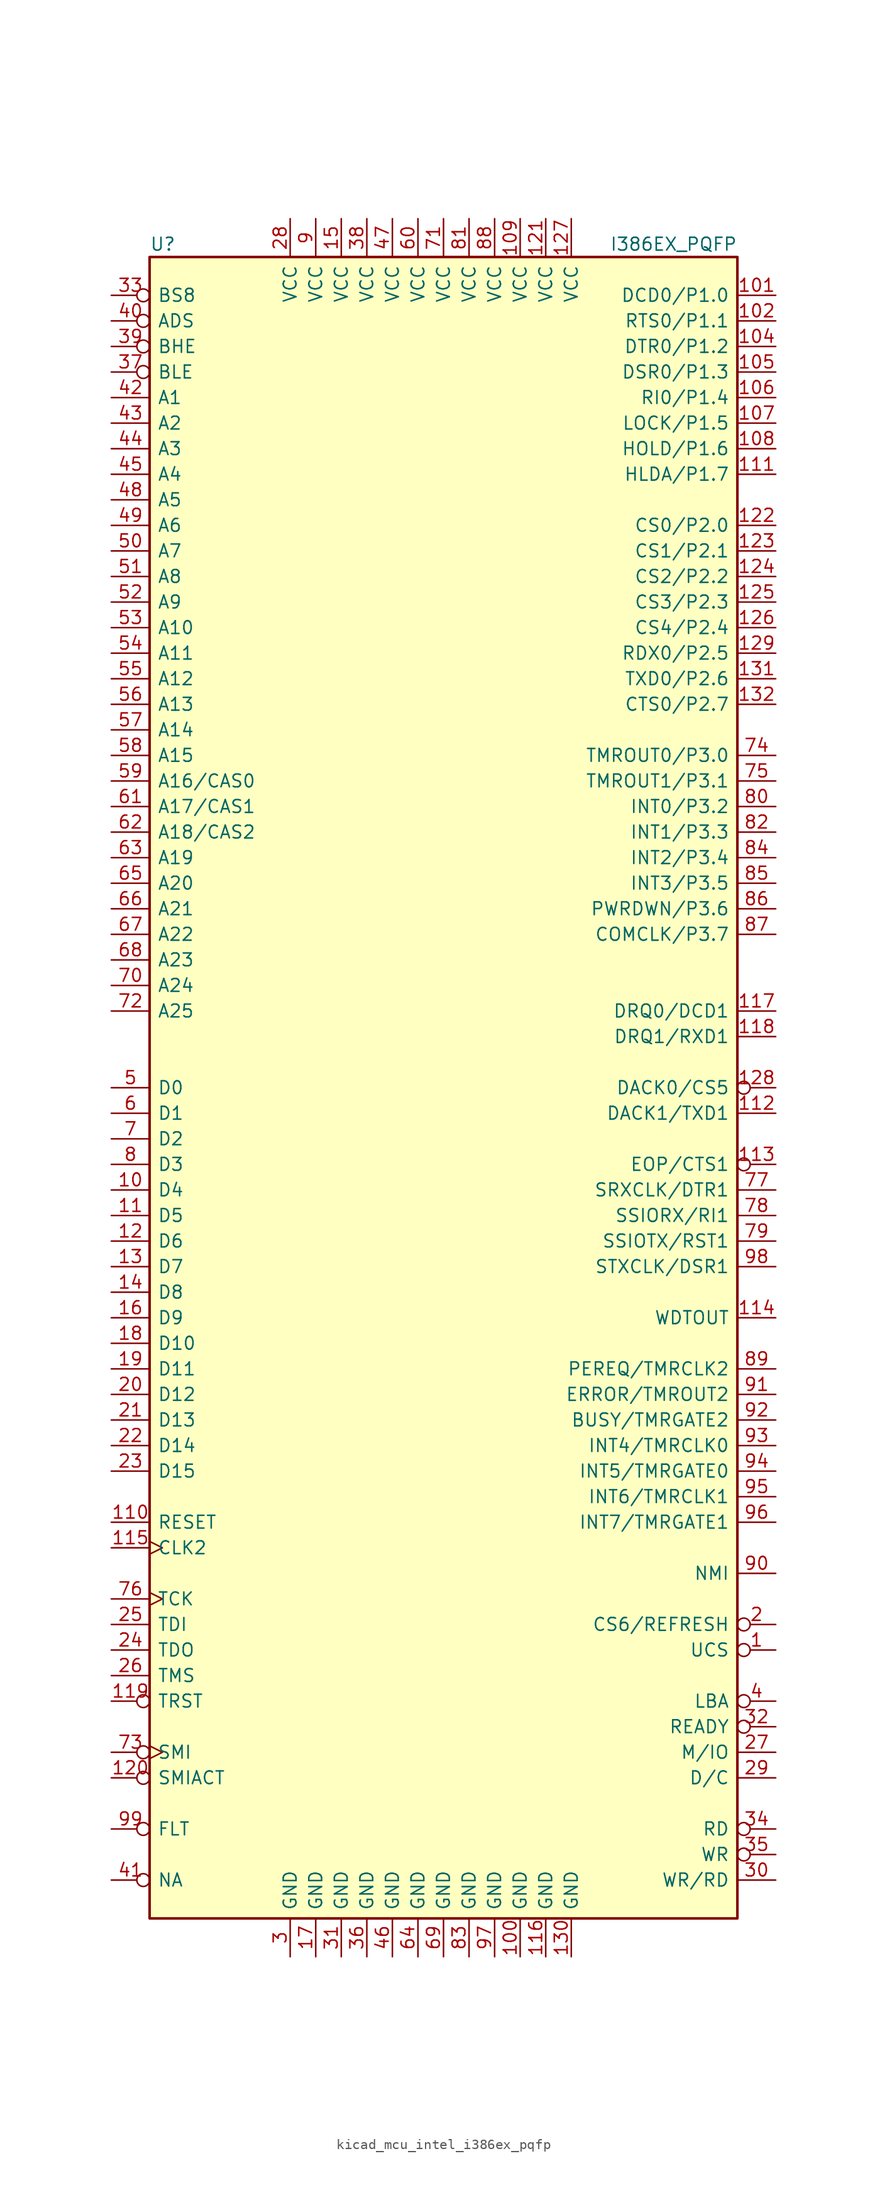
<source format=kicad_sym>
(kicad_symbol_lib
  (version 20220914)
  (generator kicad_symbol_editor)
  (symbol "kicad_mcu_intel_i386ex_pqfp"
    (pin_names
      (offset 0.762))
    (property "Reference" "U"
      (at -29.21 83.82 0)
      (effects (font (size 1.27 1.27)) (justify left)))
    (property "Value" "I386EX_PQFP"
      (at 16.51 83.82 0)
      (effects (font (size 1.27 1.27)) (justify left)))
    (symbol "kicad_mcu_intel_i386ex_pqfp_1_1"
      (rectangle (start -29.21 -82.55) (end 29.21 82.55) (stroke (width 0.254) (type default)) (fill (type background)))
      (pin output inverted (at 33.02 -55.88 180) (length 3.81) (name "UCS" (effects (font (size 1.27 1.27)))) (number "1" (effects (font (size 1.27 1.27)))))
      (pin tri_state line (at -33.02 -10.16 0) (length 3.81) (name "D4" (effects (font (size 1.27 1.27)))) (number "10" (effects (font (size 1.27 1.27)))))
      (pin power_in line (at 7.62 -86.36 90) (length 3.81) (name "GND" (effects (font (size 1.27 1.27)))) (number "100" (effects (font (size 1.27 1.27)))))
      (pin bidirectional line (at 33.02 78.74 180) (length 3.81) (name "DCD0/P1.0" (effects (font (size 1.27 1.27)))) (number "101" (effects (font (size 1.27 1.27)))))
      (pin bidirectional line (at 33.02 76.2 180) (length 3.81) (name "RTS0/P1.1" (effects (font (size 1.27 1.27)))) (number "102" (effects (font (size 1.27 1.27)))))
      (pin bidirectional line (at 33.02 73.66 180) (length 3.81) (name "DTR0/P1.2" (effects (font (size 1.27 1.27)))) (number "104" (effects (font (size 1.27 1.27)))))
      (pin bidirectional line (at 33.02 71.12 180) (length 3.81) (name "DSR0/P1.3" (effects (font (size 1.27 1.27)))) (number "105" (effects (font (size 1.27 1.27)))))
      (pin bidirectional line (at 33.02 68.58 180) (length 3.81) (name "RI0/P1.4" (effects (font (size 1.27 1.27)))) (number "106" (effects (font (size 1.27 1.27)))))
      (pin bidirectional line (at 33.02 66.04 180) (length 3.81) (name "LOCK/P1.5" (effects (font (size 1.27 1.27)))) (number "107" (effects (font (size 1.27 1.27)))))
      (pin bidirectional line (at 33.02 63.5 180) (length 3.81) (name "HOLD/P1.6" (effects (font (size 1.27 1.27)))) (number "108" (effects (font (size 1.27 1.27)))))
      (pin power_in line (at 7.62 86.36 270) (length 3.81) (name "VCC" (effects (font (size 1.27 1.27)))) (number "109" (effects (font (size 1.27 1.27)))))
      (pin tri_state line (at -33.02 -12.7 0) (length 3.81) (name "D5" (effects (font (size 1.27 1.27)))) (number "11" (effects (font (size 1.27 1.27)))))
      (pin input line (at -33.02 -43.18 0) (length 3.81) (name "RESET" (effects (font (size 1.27 1.27)))) (number "110" (effects (font (size 1.27 1.27)))))
      (pin bidirectional line (at 33.02 60.96 180) (length 3.81) (name "HLDA/P1.7" (effects (font (size 1.27 1.27)))) (number "111" (effects (font (size 1.27 1.27)))))
      (pin output line (at 33.02 -2.54 180) (length 3.81) (name "DACK1/TXD1" (effects (font (size 1.27 1.27)))) (number "112" (effects (font (size 1.27 1.27)))))
      (pin bidirectional inverted (at 33.02 -7.62 180) (length 3.81) (name "EOP/CTS1" (effects (font (size 1.27 1.27)))) (number "113" (effects (font (size 1.27 1.27)))))
      (pin output line (at 33.02 -22.86 180) (length 3.81) (name "WDTOUT" (effects (font (size 1.27 1.27)))) (number "114" (effects (font (size 1.27 1.27)))))
      (pin input clock (at -33.02 -45.72 0) (length 3.81) (name "CLK2" (effects (font (size 1.27 1.27)))) (number "115" (effects (font (size 1.27 1.27)))))
      (pin power_in line (at 10.16 -86.36 90) (length 3.81) (name "GND" (effects (font (size 1.27 1.27)))) (number "116" (effects (font (size 1.27 1.27)))))
      (pin input line (at 33.02 7.62 180) (length 3.81) (name "DRQ0/DCD1" (effects (font (size 1.27 1.27)))) (number "117" (effects (font (size 1.27 1.27)))))
      (pin input line (at 33.02 5.08 180) (length 3.81) (name "DRQ1/RXD1" (effects (font (size 1.27 1.27)))) (number "118" (effects (font (size 1.27 1.27)))))
      (pin input inverted (at -33.02 -60.96 0) (length 3.81) (name "TRST" (effects (font (size 1.27 1.27)))) (number "119" (effects (font (size 1.27 1.27)))))
      (pin tri_state line (at -33.02 -15.24 0) (length 3.81) (name "D6" (effects (font (size 1.27 1.27)))) (number "12" (effects (font (size 1.27 1.27)))))
      (pin output inverted (at -33.02 -68.58 0) (length 3.81) (name "SMIACT" (effects (font (size 1.27 1.27)))) (number "120" (effects (font (size 1.27 1.27)))))
      (pin power_in line (at 10.16 86.36 270) (length 3.81) (name "VCC" (effects (font (size 1.27 1.27)))) (number "121" (effects (font (size 1.27 1.27)))))
      (pin bidirectional line (at 33.02 55.88 180) (length 3.81) (name "CS0/P2.0" (effects (font (size 1.27 1.27)))) (number "122" (effects (font (size 1.27 1.27)))))
      (pin bidirectional line (at 33.02 53.34 180) (length 3.81) (name "CS1/P2.1" (effects (font (size 1.27 1.27)))) (number "123" (effects (font (size 1.27 1.27)))))
      (pin bidirectional line (at 33.02 50.8 180) (length 3.81) (name "CS2/P2.2" (effects (font (size 1.27 1.27)))) (number "124" (effects (font (size 1.27 1.27)))))
      (pin bidirectional line (at 33.02 48.26 180) (length 3.81) (name "CS3/P2.3" (effects (font (size 1.27 1.27)))) (number "125" (effects (font (size 1.27 1.27)))))
      (pin bidirectional line (at 33.02 45.72 180) (length 3.81) (name "CS4/P2.4" (effects (font (size 1.27 1.27)))) (number "126" (effects (font (size 1.27 1.27)))))
      (pin power_in line (at 12.7 86.36 270) (length 3.81) (name "VCC" (effects (font (size 1.27 1.27)))) (number "127" (effects (font (size 1.27 1.27)))))
      (pin output inverted (at 33.02 0 180) (length 3.81) (name "DACK0/CS5" (effects (font (size 1.27 1.27)))) (number "128" (effects (font (size 1.27 1.27)))))
      (pin bidirectional line (at 33.02 43.18 180) (length 3.81) (name "RDX0/P2.5" (effects (font (size 1.27 1.27)))) (number "129" (effects (font (size 1.27 1.27)))))
      (pin tri_state line (at -33.02 -17.78 0) (length 3.81) (name "D7" (effects (font (size 1.27 1.27)))) (number "13" (effects (font (size 1.27 1.27)))))
      (pin power_in line (at 12.7 -86.36 90) (length 3.81) (name "GND" (effects (font (size 1.27 1.27)))) (number "130" (effects (font (size 1.27 1.27)))))
      (pin bidirectional line (at 33.02 40.64 180) (length 3.81) (name "TXD0/P2.6" (effects (font (size 1.27 1.27)))) (number "131" (effects (font (size 1.27 1.27)))))
      (pin bidirectional line (at 33.02 38.1 180) (length 3.81) (name "CTS0/P2.7" (effects (font (size 1.27 1.27)))) (number "132" (effects (font (size 1.27 1.27)))))
      (pin tri_state line (at -33.02 -20.32 0) (length 3.81) (name "D8" (effects (font (size 1.27 1.27)))) (number "14" (effects (font (size 1.27 1.27)))))
      (pin power_in line (at -10.16 86.36 270) (length 3.81) (name "VCC" (effects (font (size 1.27 1.27)))) (number "15" (effects (font (size 1.27 1.27)))))
      (pin tri_state line (at -33.02 -22.86 0) (length 3.81) (name "D9" (effects (font (size 1.27 1.27)))) (number "16" (effects (font (size 1.27 1.27)))))
      (pin power_in line (at -12.7 -86.36 90) (length 3.81) (name "GND" (effects (font (size 1.27 1.27)))) (number "17" (effects (font (size 1.27 1.27)))))
      (pin tri_state line (at -33.02 -25.4 0) (length 3.81) (name "D10" (effects (font (size 1.27 1.27)))) (number "18" (effects (font (size 1.27 1.27)))))
      (pin tri_state line (at -33.02 -27.94 0) (length 3.81) (name "D11" (effects (font (size 1.27 1.27)))) (number "19" (effects (font (size 1.27 1.27)))))
      (pin output inverted (at 33.02 -53.34 180) (length 3.81) (name "CS6/REFRESH" (effects (font (size 1.27 1.27)))) (number "2" (effects (font (size 1.27 1.27)))))
      (pin tri_state line (at -33.02 -30.48 0) (length 3.81) (name "D12" (effects (font (size 1.27 1.27)))) (number "20" (effects (font (size 1.27 1.27)))))
      (pin tri_state line (at -33.02 -33.02 0) (length 3.81) (name "D13" (effects (font (size 1.27 1.27)))) (number "21" (effects (font (size 1.27 1.27)))))
      (pin tri_state line (at -33.02 -35.56 0) (length 3.81) (name "D14" (effects (font (size 1.27 1.27)))) (number "22" (effects (font (size 1.27 1.27)))))
      (pin tri_state line (at -33.02 -38.1 0) (length 3.81) (name "D15" (effects (font (size 1.27 1.27)))) (number "23" (effects (font (size 1.27 1.27)))))
      (pin output line (at -33.02 -55.88 0) (length 3.81) (name "TDO" (effects (font (size 1.27 1.27)))) (number "24" (effects (font (size 1.27 1.27)))))
      (pin input line (at -33.02 -53.34 0) (length 3.81) (name "TDI" (effects (font (size 1.27 1.27)))) (number "25" (effects (font (size 1.27 1.27)))))
      (pin input line (at -33.02 -58.42 0) (length 3.81) (name "TMS" (effects (font (size 1.27 1.27)))) (number "26" (effects (font (size 1.27 1.27)))))
      (pin output line (at 33.02 -66.04 180) (length 3.81) (name "M/IO" (effects (font (size 1.27 1.27)))) (number "27" (effects (font (size 1.27 1.27)))))
      (pin power_in line (at -15.24 86.36 270) (length 3.81) (name "VCC" (effects (font (size 1.27 1.27)))) (number "28" (effects (font (size 1.27 1.27)))))
      (pin output line (at 33.02 -68.58 180) (length 3.81) (name "D/C" (effects (font (size 1.27 1.27)))) (number "29" (effects (font (size 1.27 1.27)))))
      (pin power_in line (at -15.24 -86.36 90) (length 3.81) (name "GND" (effects (font (size 1.27 1.27)))) (number "3" (effects (font (size 1.27 1.27)))))
      (pin output line (at 33.02 -78.74 180) (length 3.81) (name "WR/RD" (effects (font (size 1.27 1.27)))) (number "30" (effects (font (size 1.27 1.27)))))
      (pin power_in line (at -10.16 -86.36 90) (length 3.81) (name "GND" (effects (font (size 1.27 1.27)))) (number "31" (effects (font (size 1.27 1.27)))))
      (pin bidirectional inverted (at 33.02 -63.5 180) (length 3.81) (name "READY" (effects (font (size 1.27 1.27)))) (number "32" (effects (font (size 1.27 1.27)))))
      (pin input inverted (at -33.02 78.74 0) (length 3.81) (name "BS8" (effects (font (size 1.27 1.27)))) (number "33" (effects (font (size 1.27 1.27)))))
      (pin output inverted (at 33.02 -73.66 180) (length 3.81) (name "RD" (effects (font (size 1.27 1.27)))) (number "34" (effects (font (size 1.27 1.27)))))
      (pin output inverted (at 33.02 -76.2 180) (length 3.81) (name "WR" (effects (font (size 1.27 1.27)))) (number "35" (effects (font (size 1.27 1.27)))))
      (pin power_in line (at -7.62 -86.36 90) (length 3.81) (name "GND" (effects (font (size 1.27 1.27)))) (number "36" (effects (font (size 1.27 1.27)))))
      (pin output inverted (at -33.02 71.12 0) (length 3.81) (name "BLE" (effects (font (size 1.27 1.27)))) (number "37" (effects (font (size 1.27 1.27)))))
      (pin power_in line (at -7.62 86.36 270) (length 3.81) (name "VCC" (effects (font (size 1.27 1.27)))) (number "38" (effects (font (size 1.27 1.27)))))
      (pin output inverted (at -33.02 73.66 0) (length 3.81) (name "BHE" (effects (font (size 1.27 1.27)))) (number "39" (effects (font (size 1.27 1.27)))))
      (pin output inverted (at 33.02 -60.96 180) (length 3.81) (name "LBA" (effects (font (size 1.27 1.27)))) (number "4" (effects (font (size 1.27 1.27)))))
      (pin output inverted (at -33.02 76.2 0) (length 3.81) (name "ADS" (effects (font (size 1.27 1.27)))) (number "40" (effects (font (size 1.27 1.27)))))
      (pin input inverted (at -33.02 -78.74 0) (length 3.81) (name "NA" (effects (font (size 1.27 1.27)))) (number "41" (effects (font (size 1.27 1.27)))))
      (pin tri_state line (at -33.02 68.58 0) (length 3.81) (name "A1" (effects (font (size 1.27 1.27)))) (number "42" (effects (font (size 1.27 1.27)))))
      (pin tri_state line (at -33.02 66.04 0) (length 3.81) (name "A2" (effects (font (size 1.27 1.27)))) (number "43" (effects (font (size 1.27 1.27)))))
      (pin tri_state line (at -33.02 63.5 0) (length 3.81) (name "A3" (effects (font (size 1.27 1.27)))) (number "44" (effects (font (size 1.27 1.27)))))
      (pin tri_state line (at -33.02 60.96 0) (length 3.81) (name "A4" (effects (font (size 1.27 1.27)))) (number "45" (effects (font (size 1.27 1.27)))))
      (pin power_in line (at -5.08 -86.36 90) (length 3.81) (name "GND" (effects (font (size 1.27 1.27)))) (number "46" (effects (font (size 1.27 1.27)))))
      (pin power_in line (at -5.08 86.36 270) (length 3.81) (name "VCC" (effects (font (size 1.27 1.27)))) (number "47" (effects (font (size 1.27 1.27)))))
      (pin tri_state line (at -33.02 58.42 0) (length 3.81) (name "A5" (effects (font (size 1.27 1.27)))) (number "48" (effects (font (size 1.27 1.27)))))
      (pin tri_state line (at -33.02 55.88 0) (length 3.81) (name "A6" (effects (font (size 1.27 1.27)))) (number "49" (effects (font (size 1.27 1.27)))))
      (pin tri_state line (at -33.02 0 0) (length 3.81) (name "D0" (effects (font (size 1.27 1.27)))) (number "5" (effects (font (size 1.27 1.27)))))
      (pin tri_state line (at -33.02 53.34 0) (length 3.81) (name "A7" (effects (font (size 1.27 1.27)))) (number "50" (effects (font (size 1.27 1.27)))))
      (pin tri_state line (at -33.02 50.8 0) (length 3.81) (name "A8" (effects (font (size 1.27 1.27)))) (number "51" (effects (font (size 1.27 1.27)))))
      (pin tri_state line (at -33.02 48.26 0) (length 3.81) (name "A9" (effects (font (size 1.27 1.27)))) (number "52" (effects (font (size 1.27 1.27)))))
      (pin tri_state line (at -33.02 45.72 0) (length 3.81) (name "A10" (effects (font (size 1.27 1.27)))) (number "53" (effects (font (size 1.27 1.27)))))
      (pin tri_state line (at -33.02 43.18 0) (length 3.81) (name "A11" (effects (font (size 1.27 1.27)))) (number "54" (effects (font (size 1.27 1.27)))))
      (pin tri_state line (at -33.02 40.64 0) (length 3.81) (name "A12" (effects (font (size 1.27 1.27)))) (number "55" (effects (font (size 1.27 1.27)))))
      (pin tri_state line (at -33.02 38.1 0) (length 3.81) (name "A13" (effects (font (size 1.27 1.27)))) (number "56" (effects (font (size 1.27 1.27)))))
      (pin tri_state line (at -33.02 35.56 0) (length 3.81) (name "A14" (effects (font (size 1.27 1.27)))) (number "57" (effects (font (size 1.27 1.27)))))
      (pin tri_state line (at -33.02 33.02 0) (length 3.81) (name "A15" (effects (font (size 1.27 1.27)))) (number "58" (effects (font (size 1.27 1.27)))))
      (pin tri_state line (at -33.02 30.48 0) (length 3.81) (name "A16/CAS0" (effects (font (size 1.27 1.27)))) (number "59" (effects (font (size 1.27 1.27)))))
      (pin tri_state line (at -33.02 -2.54 0) (length 3.81) (name "D1" (effects (font (size 1.27 1.27)))) (number "6" (effects (font (size 1.27 1.27)))))
      (pin power_in line (at -2.54 86.36 270) (length 3.81) (name "VCC" (effects (font (size 1.27 1.27)))) (number "60" (effects (font (size 1.27 1.27)))))
      (pin tri_state line (at -33.02 27.94 0) (length 3.81) (name "A17/CAS1" (effects (font (size 1.27 1.27)))) (number "61" (effects (font (size 1.27 1.27)))))
      (pin tri_state line (at -33.02 25.4 0) (length 3.81) (name "A18/CAS2" (effects (font (size 1.27 1.27)))) (number "62" (effects (font (size 1.27 1.27)))))
      (pin tri_state line (at -33.02 22.86 0) (length 3.81) (name "A19" (effects (font (size 1.27 1.27)))) (number "63" (effects (font (size 1.27 1.27)))))
      (pin power_in line (at -2.54 -86.36 90) (length 3.81) (name "GND" (effects (font (size 1.27 1.27)))) (number "64" (effects (font (size 1.27 1.27)))))
      (pin tri_state line (at -33.02 20.32 0) (length 3.81) (name "A20" (effects (font (size 1.27 1.27)))) (number "65" (effects (font (size 1.27 1.27)))))
      (pin tri_state line (at -33.02 17.78 0) (length 3.81) (name "A21" (effects (font (size 1.27 1.27)))) (number "66" (effects (font (size 1.27 1.27)))))
      (pin tri_state line (at -33.02 15.24 0) (length 3.81) (name "A22" (effects (font (size 1.27 1.27)))) (number "67" (effects (font (size 1.27 1.27)))))
      (pin tri_state line (at -33.02 12.7 0) (length 3.81) (name "A23" (effects (font (size 1.27 1.27)))) (number "68" (effects (font (size 1.27 1.27)))))
      (pin power_in line (at 0 -86.36 90) (length 3.81) (name "GND" (effects (font (size 1.27 1.27)))) (number "69" (effects (font (size 1.27 1.27)))))
      (pin tri_state line (at -33.02 -5.08 0) (length 3.81) (name "D2" (effects (font (size 1.27 1.27)))) (number "7" (effects (font (size 1.27 1.27)))))
      (pin tri_state line (at -33.02 10.16 0) (length 3.81) (name "A24" (effects (font (size 1.27 1.27)))) (number "70" (effects (font (size 1.27 1.27)))))
      (pin power_in line (at 0 86.36 270) (length 3.81) (name "VCC" (effects (font (size 1.27 1.27)))) (number "71" (effects (font (size 1.27 1.27)))))
      (pin tri_state line (at -33.02 7.62 0) (length 3.81) (name "A25" (effects (font (size 1.27 1.27)))) (number "72" (effects (font (size 1.27 1.27)))))
      (pin input inverted_clock (at -33.02 -66.04 0) (length 3.81) (name "SMI" (effects (font (size 1.27 1.27)))) (number "73" (effects (font (size 1.27 1.27)))))
      (pin bidirectional line (at 33.02 33.02 180) (length 3.81) (name "TMROUT0/P3.0" (effects (font (size 1.27 1.27)))) (number "74" (effects (font (size 1.27 1.27)))))
      (pin bidirectional line (at 33.02 30.48 180) (length 3.81) (name "TMROUT1/P3.1" (effects (font (size 1.27 1.27)))) (number "75" (effects (font (size 1.27 1.27)))))
      (pin input clock (at -33.02 -50.8 0) (length 3.81) (name "TCK" (effects (font (size 1.27 1.27)))) (number "76" (effects (font (size 1.27 1.27)))))
      (pin bidirectional line (at 33.02 -10.16 180) (length 3.81) (name "SRXCLK/DTR1" (effects (font (size 1.27 1.27)))) (number "77" (effects (font (size 1.27 1.27)))))
      (pin input line (at 33.02 -12.7 180) (length 3.81) (name "SSIORX/RI1" (effects (font (size 1.27 1.27)))) (number "78" (effects (font (size 1.27 1.27)))))
      (pin bidirectional line (at 33.02 -15.24 180) (length 3.81) (name "SSIOTX/RST1" (effects (font (size 1.27 1.27)))) (number "79" (effects (font (size 1.27 1.27)))))
      (pin tri_state line (at -33.02 -7.62 0) (length 3.81) (name "D3" (effects (font (size 1.27 1.27)))) (number "8" (effects (font (size 1.27 1.27)))))
      (pin bidirectional line (at 33.02 27.94 180) (length 3.81) (name "INT0/P3.2" (effects (font (size 1.27 1.27)))) (number "80" (effects (font (size 1.27 1.27)))))
      (pin power_in line (at 2.54 86.36 270) (length 3.81) (name "VCC" (effects (font (size 1.27 1.27)))) (number "81" (effects (font (size 1.27 1.27)))))
      (pin bidirectional line (at 33.02 25.4 180) (length 3.81) (name "INT1/P3.3" (effects (font (size 1.27 1.27)))) (number "82" (effects (font (size 1.27 1.27)))))
      (pin power_in line (at 2.54 -86.36 90) (length 3.81) (name "GND" (effects (font (size 1.27 1.27)))) (number "83" (effects (font (size 1.27 1.27)))))
      (pin bidirectional line (at 33.02 22.86 180) (length 3.81) (name "INT2/P3.4" (effects (font (size 1.27 1.27)))) (number "84" (effects (font (size 1.27 1.27)))))
      (pin bidirectional line (at 33.02 20.32 180) (length 3.81) (name "INT3/P3.5" (effects (font (size 1.27 1.27)))) (number "85" (effects (font (size 1.27 1.27)))))
      (pin bidirectional line (at 33.02 17.78 180) (length 3.81) (name "PWRDWN/P3.6" (effects (font (size 1.27 1.27)))) (number "86" (effects (font (size 1.27 1.27)))))
      (pin bidirectional line (at 33.02 15.24 180) (length 3.81) (name "COMCLK/P3.7" (effects (font (size 1.27 1.27)))) (number "87" (effects (font (size 1.27 1.27)))))
      (pin power_in line (at 5.08 86.36 270) (length 3.81) (name "VCC" (effects (font (size 1.27 1.27)))) (number "88" (effects (font (size 1.27 1.27)))))
      (pin input line (at 33.02 -27.94 180) (length 3.81) (name "PEREQ/TMRCLK2" (effects (font (size 1.27 1.27)))) (number "89" (effects (font (size 1.27 1.27)))))
      (pin power_in line (at -12.7 86.36 270) (length 3.81) (name "VCC" (effects (font (size 1.27 1.27)))) (number "9" (effects (font (size 1.27 1.27)))))
      (pin input line (at 33.02 -48.26 180) (length 3.81) (name "NMI" (effects (font (size 1.27 1.27)))) (number "90" (effects (font (size 1.27 1.27)))))
      (pin bidirectional line (at 33.02 -30.48 180) (length 3.81) (name "ERROR/TMROUT2" (effects (font (size 1.27 1.27)))) (number "91" (effects (font (size 1.27 1.27)))))
      (pin input line (at 33.02 -33.02 180) (length 3.81) (name "BUSY/TMRGATE2" (effects (font (size 1.27 1.27)))) (number "92" (effects (font (size 1.27 1.27)))))
      (pin input line (at 33.02 -35.56 180) (length 3.81) (name "INT4/TMRCLK0" (effects (font (size 1.27 1.27)))) (number "93" (effects (font (size 1.27 1.27)))))
      (pin input line (at 33.02 -38.1 180) (length 3.81) (name "INT5/TMRGATE0" (effects (font (size 1.27 1.27)))) (number "94" (effects (font (size 1.27 1.27)))))
      (pin input line (at 33.02 -40.64 180) (length 3.81) (name "INT6/TMRCLK1" (effects (font (size 1.27 1.27)))) (number "95" (effects (font (size 1.27 1.27)))))
      (pin input line (at 33.02 -43.18 180) (length 3.81) (name "INT7/TMRGATE1" (effects (font (size 1.27 1.27)))) (number "96" (effects (font (size 1.27 1.27)))))
      (pin power_in line (at 5.08 -86.36 90) (length 3.81) (name "GND" (effects (font (size 1.27 1.27)))) (number "97" (effects (font (size 1.27 1.27)))))
      (pin bidirectional line (at 33.02 -17.78 180) (length 3.81) (name "STXCLK/DSR1" (effects (font (size 1.27 1.27)))) (number "98" (effects (font (size 1.27 1.27)))))
      (pin input inverted (at -33.02 -73.66 0) (length 3.81) (name "FLT" (effects (font (size 1.27 1.27)))) (number "99" (effects (font (size 1.27 1.27))))))))
</source>
